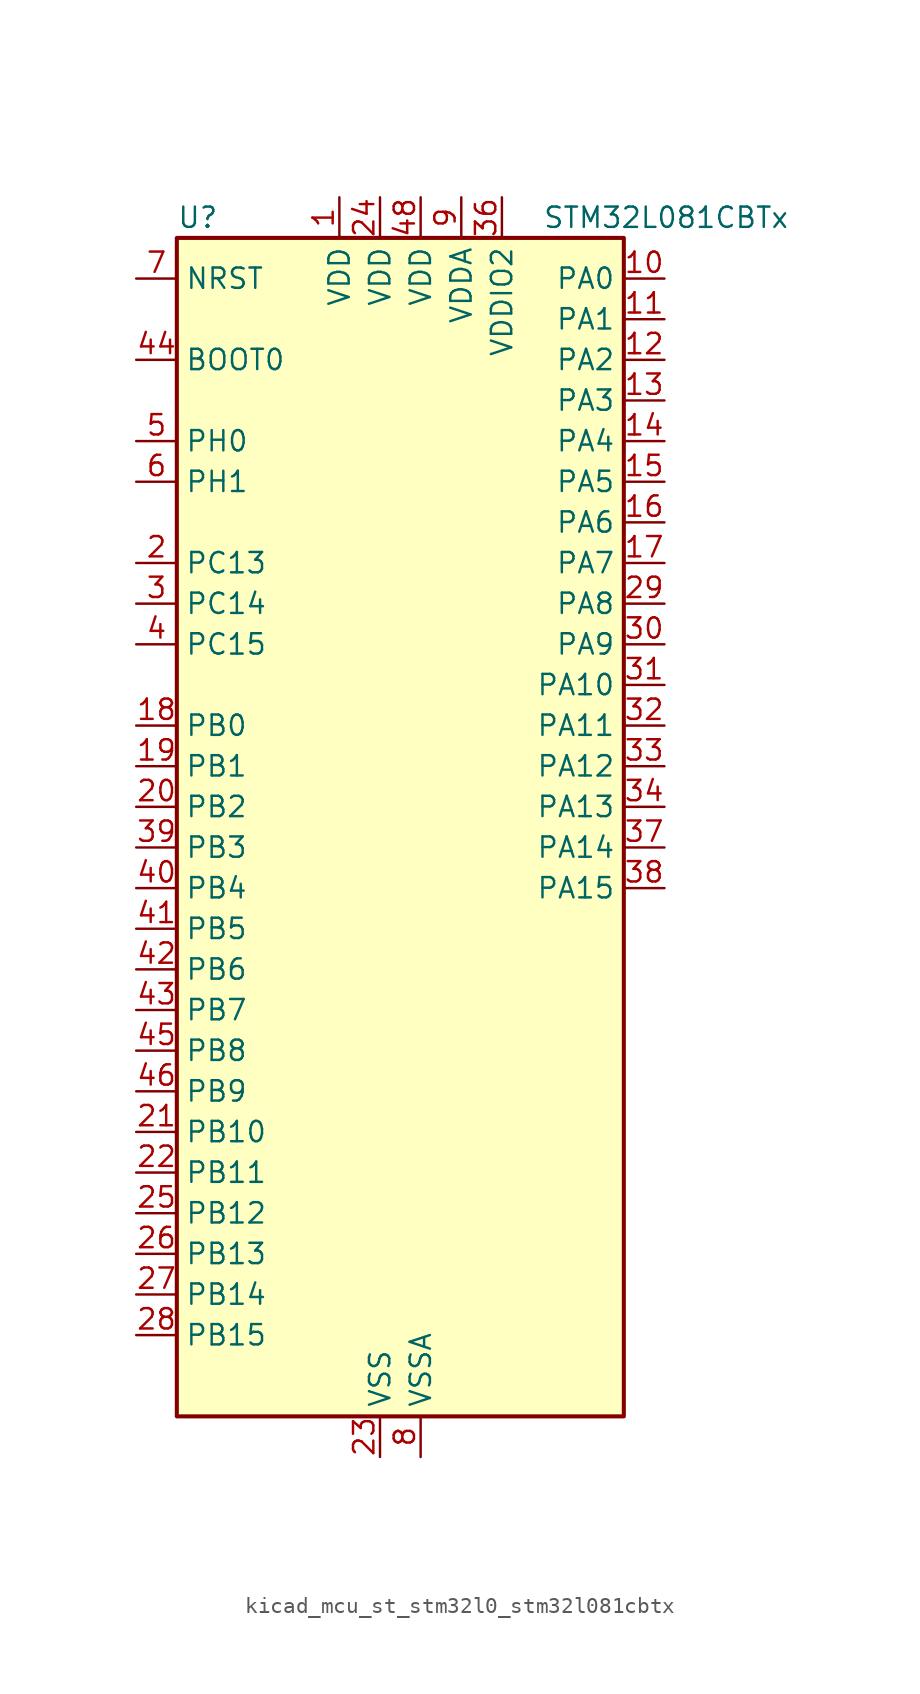
<source format=kicad_sym>
(kicad_symbol_lib
  (version 20220914)
  (generator kicad_symbol_editor)
  (symbol "kicad_mcu_st_stm32l0_stm32l081cbtx"
    (property "Reference" "U"
      (at -12.7 39.37 0)
      (effects (font (size 1.27 1.27)) (justify left)))
    (property "Value" "STM32L081CBTx"
      (at 10.16 39.37 0)
      (effects (font (size 1.27 1.27)) (justify left)))
    (property "ki_locked" ""
      (at 0 0 0)
      (effects (font (size 1.27 1.27))))
    (symbol "kicad_mcu_st_stm32l0_stm32l081cbtx_0_1"
      (rectangle (start -12.7 -35.56) (end 15.24 38.1) (stroke (width 0.254) (type default)) (fill (type background))))
    (symbol "kicad_mcu_st_stm32l0_stm32l081cbtx_1_1"
      (pin power_in line (at -2.54 40.64 270) (length 2.54) (name "VDD" (effects (font (size 1.27 1.27)))) (number "1" (effects (font (size 1.27 1.27)))))
      (pin bidirectional line (at 17.78 35.56 180) (length 2.54) (name "PA0" (effects (font (size 1.27 1.27)))) (number "10" (effects (font (size 1.27 1.27)))) (alternate "ADC_IN0" bidirectional line) (alternate "COMP1_INM" bidirectional line) (alternate "COMP1_OUT" bidirectional line) (alternate "RTC_TAMP2" bidirectional line) (alternate "SYS_WKUP1" bidirectional line) (alternate "TIM2_CH1" bidirectional line) (alternate "TIM2_ETR" bidirectional line) (alternate "USART2_CTS" bidirectional line) (alternate "USART4_TX" bidirectional line))
      (pin bidirectional line (at 17.78 33.02 180) (length 2.54) (name "PA1" (effects (font (size 1.27 1.27)))) (number "11" (effects (font (size 1.27 1.27)))) (alternate "ADC_IN1" bidirectional line) (alternate "COMP1_INP" bidirectional line) (alternate "TIM21_ETR" bidirectional line) (alternate "TIM2_CH2" bidirectional line) (alternate "USART2_DE" bidirectional line) (alternate "USART2_RTS" bidirectional line) (alternate "USART4_RX" bidirectional line))
      (pin bidirectional line (at 17.78 30.48 180) (length 2.54) (name "PA2" (effects (font (size 1.27 1.27)))) (number "12" (effects (font (size 1.27 1.27)))) (alternate "ADC_IN2" bidirectional line) (alternate "COMP2_INM" bidirectional line) (alternate "COMP2_OUT" bidirectional line) (alternate "LPUART1_TX" bidirectional line) (alternate "TIM21_CH1" bidirectional line) (alternate "TIM2_CH3" bidirectional line) (alternate "USART2_TX" bidirectional line))
      (pin bidirectional line (at 17.78 27.94 180) (length 2.54) (name "PA3" (effects (font (size 1.27 1.27)))) (number "13" (effects (font (size 1.27 1.27)))) (alternate "ADC_IN3" bidirectional line) (alternate "COMP2_INP" bidirectional line) (alternate "LPUART1_RX" bidirectional line) (alternate "TIM21_CH2" bidirectional line) (alternate "TIM2_CH4" bidirectional line) (alternate "USART2_RX" bidirectional line))
      (pin bidirectional line (at 17.78 25.4 180) (length 2.54) (name "PA4" (effects (font (size 1.27 1.27)))) (number "14" (effects (font (size 1.27 1.27)))) (alternate "ADC_IN4" bidirectional line) (alternate "COMP1_INM" bidirectional line) (alternate "COMP2_INM" bidirectional line) (alternate "SPI1_NSS" bidirectional line) (alternate "TIM22_ETR" bidirectional line) (alternate "USART2_CK" bidirectional line))
      (pin bidirectional line (at 17.78 22.86 180) (length 2.54) (name "PA5" (effects (font (size 1.27 1.27)))) (number "15" (effects (font (size 1.27 1.27)))) (alternate "ADC_IN5" bidirectional line) (alternate "COMP1_INM" bidirectional line) (alternate "COMP2_INM" bidirectional line) (alternate "SPI1_SCK" bidirectional line) (alternate "TIM2_CH1" bidirectional line) (alternate "TIM2_ETR" bidirectional line))
      (pin bidirectional line (at 17.78 20.32 180) (length 2.54) (name "PA6" (effects (font (size 1.27 1.27)))) (number "16" (effects (font (size 1.27 1.27)))) (alternate "ADC_IN6" bidirectional line) (alternate "COMP1_OUT" bidirectional line) (alternate "LPUART1_CTS" bidirectional line) (alternate "SPI1_MISO" bidirectional line) (alternate "TIM22_CH1" bidirectional line) (alternate "TIM3_CH1" bidirectional line))
      (pin bidirectional line (at 17.78 17.78 180) (length 2.54) (name "PA7" (effects (font (size 1.27 1.27)))) (number "17" (effects (font (size 1.27 1.27)))) (alternate "ADC_IN7" bidirectional line) (alternate "COMP2_OUT" bidirectional line) (alternate "SPI1_MOSI" bidirectional line) (alternate "TIM22_CH2" bidirectional line) (alternate "TIM3_CH2" bidirectional line))
      (pin bidirectional line (at -15.24 7.62 0) (length 2.54) (name "PB0" (effects (font (size 1.27 1.27)))) (number "18" (effects (font (size 1.27 1.27)))) (alternate "ADC_IN8" bidirectional line) (alternate "SYS_VREF_OUT_PB0" bidirectional line) (alternate "TIM3_CH3" bidirectional line))
      (pin bidirectional line (at -15.24 5.08 0) (length 2.54) (name "PB1" (effects (font (size 1.27 1.27)))) (number "19" (effects (font (size 1.27 1.27)))) (alternate "ADC_IN9" bidirectional line) (alternate "LPUART1_DE" bidirectional line) (alternate "LPUART1_RTS" bidirectional line) (alternate "SYS_VREF_OUT_PB1" bidirectional line) (alternate "TIM3_CH4" bidirectional line))
      (pin bidirectional line (at -15.24 17.78 0) (length 2.54) (name "PC13" (effects (font (size 1.27 1.27)))) (number "2" (effects (font (size 1.27 1.27)))) (alternate "RTC_OUT_ALARM" bidirectional line) (alternate "RTC_OUT_CALIB" bidirectional line) (alternate "RTC_TAMP1" bidirectional line) (alternate "RTC_TS" bidirectional line) (alternate "SYS_WKUP2" bidirectional line))
      (pin bidirectional line (at -15.24 2.54 0) (length 2.54) (name "PB2" (effects (font (size 1.27 1.27)))) (number "20" (effects (font (size 1.27 1.27)))) (alternate "I2C3_SMBA" bidirectional line) (alternate "LPTIM1_OUT" bidirectional line))
      (pin bidirectional line (at -15.24 -17.78 0) (length 2.54) (name "PB10" (effects (font (size 1.27 1.27)))) (number "21" (effects (font (size 1.27 1.27)))) (alternate "I2C2_SCL" bidirectional line) (alternate "LPUART1_RX" bidirectional line) (alternate "LPUART1_TX" bidirectional line) (alternate "SPI2_SCK" bidirectional line) (alternate "TIM2_CH3" bidirectional line))
      (pin bidirectional line (at -15.24 -20.32 0) (length 2.54) (name "PB11" (effects (font (size 1.27 1.27)))) (number "22" (effects (font (size 1.27 1.27)))) (alternate "ADC_EXTI11" bidirectional line) (alternate "I2C2_SDA" bidirectional line) (alternate "LPUART1_RX" bidirectional line) (alternate "LPUART1_TX" bidirectional line) (alternate "TIM2_CH4" bidirectional line))
      (pin power_in line (at 0 -38.1 90) (length 2.54) (name "VSS" (effects (font (size 1.27 1.27)))) (number "23" (effects (font (size 1.27 1.27)))))
      (pin power_in line (at 0 40.64 270) (length 2.54) (name "VDD" (effects (font (size 1.27 1.27)))) (number "24" (effects (font (size 1.27 1.27)))))
      (pin bidirectional line (at -15.24 -22.86 0) (length 2.54) (name "PB12" (effects (font (size 1.27 1.27)))) (number "25" (effects (font (size 1.27 1.27)))) (alternate "I2S2_WS" bidirectional line) (alternate "LPUART1_DE" bidirectional line) (alternate "LPUART1_RTS" bidirectional line) (alternate "SPI2_NSS" bidirectional line))
      (pin bidirectional line (at -15.24 -25.4 0) (length 2.54) (name "PB13" (effects (font (size 1.27 1.27)))) (number "26" (effects (font (size 1.27 1.27)))) (alternate "I2C2_SCL" bidirectional line) (alternate "I2S2_CK" bidirectional line) (alternate "LPUART1_CTS" bidirectional line) (alternate "RCC_MCO" bidirectional line) (alternate "SPI2_SCK" bidirectional line) (alternate "TIM21_CH1" bidirectional line))
      (pin bidirectional line (at -15.24 -27.94 0) (length 2.54) (name "PB14" (effects (font (size 1.27 1.27)))) (number "27" (effects (font (size 1.27 1.27)))) (alternate "I2C2_SDA" bidirectional line) (alternate "I2S2_MCK" bidirectional line) (alternate "LPUART1_DE" bidirectional line) (alternate "LPUART1_RTS" bidirectional line) (alternate "RTC_OUT_ALARM" bidirectional line) (alternate "RTC_OUT_CALIB" bidirectional line) (alternate "SPI2_MISO" bidirectional line) (alternate "TIM21_CH2" bidirectional line))
      (pin bidirectional line (at -15.24 -30.48 0) (length 2.54) (name "PB15" (effects (font (size 1.27 1.27)))) (number "28" (effects (font (size 1.27 1.27)))) (alternate "I2S2_SD" bidirectional line) (alternate "RTC_REFIN" bidirectional line) (alternate "SPI2_MOSI" bidirectional line))
      (pin bidirectional line (at 17.78 15.24 180) (length 2.54) (name "PA8" (effects (font (size 1.27 1.27)))) (number "29" (effects (font (size 1.27 1.27)))) (alternate "I2C3_SCL" bidirectional line) (alternate "RCC_MCO" bidirectional line) (alternate "USART1_CK" bidirectional line))
      (pin bidirectional line (at -15.24 15.24 0) (length 2.54) (name "PC14" (effects (font (size 1.27 1.27)))) (number "3" (effects (font (size 1.27 1.27)))) (alternate "RCC_OSC32_IN" bidirectional line))
      (pin bidirectional line (at 17.78 12.7 180) (length 2.54) (name "PA9" (effects (font (size 1.27 1.27)))) (number "30" (effects (font (size 1.27 1.27)))) (alternate "I2C1_SCL" bidirectional line) (alternate "I2C3_SMBA" bidirectional line) (alternate "RCC_MCO" bidirectional line) (alternate "USART1_TX" bidirectional line))
      (pin bidirectional line (at 17.78 10.16 180) (length 2.54) (name "PA10" (effects (font (size 1.27 1.27)))) (number "31" (effects (font (size 1.27 1.27)))) (alternate "I2C1_SDA" bidirectional line) (alternate "USART1_RX" bidirectional line))
      (pin bidirectional line (at 17.78 7.62 180) (length 2.54) (name "PA11" (effects (font (size 1.27 1.27)))) (number "32" (effects (font (size 1.27 1.27)))) (alternate "ADC_EXTI11" bidirectional line) (alternate "COMP1_OUT" bidirectional line) (alternate "SPI1_MISO" bidirectional line) (alternate "USART1_CTS" bidirectional line))
      (pin bidirectional line (at 17.78 5.08 180) (length 2.54) (name "PA12" (effects (font (size 1.27 1.27)))) (number "33" (effects (font (size 1.27 1.27)))) (alternate "COMP2_OUT" bidirectional line) (alternate "SPI1_MOSI" bidirectional line) (alternate "USART1_DE" bidirectional line) (alternate "USART1_RTS" bidirectional line))
      (pin bidirectional line (at 17.78 2.54 180) (length 2.54) (name "PA13" (effects (font (size 1.27 1.27)))) (number "34" (effects (font (size 1.27 1.27)))) (alternate "LPUART1_RX" bidirectional line) (alternate "SYS_SWDIO" bidirectional line))
      (pin passive line (at 0 -38.1 90) (length 2.54) hide (name "VSS" (effects (font (size 1.27 1.27)))) (number "35" (effects (font (size 1.27 1.27)))))
      (pin power_in line (at 7.62 40.64 270) (length 2.54) (name "VDDIO2" (effects (font (size 1.27 1.27)))) (number "36" (effects (font (size 1.27 1.27)))))
      (pin bidirectional line (at 17.78 0 180) (length 2.54) (name "PA14" (effects (font (size 1.27 1.27)))) (number "37" (effects (font (size 1.27 1.27)))) (alternate "LPUART1_TX" bidirectional line) (alternate "SYS_SWCLK" bidirectional line) (alternate "USART2_TX" bidirectional line))
      (pin bidirectional line (at 17.78 -2.54 180) (length 2.54) (name "PA15" (effects (font (size 1.27 1.27)))) (number "38" (effects (font (size 1.27 1.27)))) (alternate "SPI1_NSS" bidirectional line) (alternate "TIM2_CH1" bidirectional line) (alternate "TIM2_ETR" bidirectional line) (alternate "USART2_RX" bidirectional line) (alternate "USART4_DE" bidirectional line) (alternate "USART4_RTS" bidirectional line))
      (pin bidirectional line (at -15.24 0 0) (length 2.54) (name "PB3" (effects (font (size 1.27 1.27)))) (number "39" (effects (font (size 1.27 1.27)))) (alternate "COMP2_INM" bidirectional line) (alternate "SPI1_SCK" bidirectional line) (alternate "TIM2_CH2" bidirectional line) (alternate "USART1_DE" bidirectional line) (alternate "USART1_RTS" bidirectional line) (alternate "USART5_TX" bidirectional line))
      (pin bidirectional line (at -15.24 12.7 0) (length 2.54) (name "PC15" (effects (font (size 1.27 1.27)))) (number "4" (effects (font (size 1.27 1.27)))) (alternate "RCC_OSC32_OUT" bidirectional line))
      (pin bidirectional line (at -15.24 -2.54 0) (length 2.54) (name "PB4" (effects (font (size 1.27 1.27)))) (number "40" (effects (font (size 1.27 1.27)))) (alternate "COMP2_INP" bidirectional line) (alternate "I2C3_SDA" bidirectional line) (alternate "SPI1_MISO" bidirectional line) (alternate "TIM22_CH1" bidirectional line) (alternate "TIM3_CH1" bidirectional line) (alternate "USART1_CTS" bidirectional line) (alternate "USART5_RX" bidirectional line))
      (pin bidirectional line (at -15.24 -5.08 0) (length 2.54) (name "PB5" (effects (font (size 1.27 1.27)))) (number "41" (effects (font (size 1.27 1.27)))) (alternate "COMP2_INP" bidirectional line) (alternate "I2C1_SMBA" bidirectional line) (alternate "LPTIM1_IN1" bidirectional line) (alternate "SPI1_MOSI" bidirectional line) (alternate "TIM22_CH2" bidirectional line) (alternate "TIM3_CH2" bidirectional line) (alternate "USART1_CK" bidirectional line) (alternate "USART5_CK" bidirectional line) (alternate "USART5_DE" bidirectional line) (alternate "USART5_RTS" bidirectional line))
      (pin bidirectional line (at -15.24 -7.62 0) (length 2.54) (name "PB6" (effects (font (size 1.27 1.27)))) (number "42" (effects (font (size 1.27 1.27)))) (alternate "COMP2_INP" bidirectional line) (alternate "I2C1_SCL" bidirectional line) (alternate "LPTIM1_ETR" bidirectional line) (alternate "USART1_TX" bidirectional line))
      (pin bidirectional line (at -15.24 -10.16 0) (length 2.54) (name "PB7" (effects (font (size 1.27 1.27)))) (number "43" (effects (font (size 1.27 1.27)))) (alternate "COMP2_INP" bidirectional line) (alternate "I2C1_SDA" bidirectional line) (alternate "LPTIM1_IN2" bidirectional line) (alternate "SYS_PVD_IN" bidirectional line) (alternate "USART1_RX" bidirectional line) (alternate "USART4_CTS" bidirectional line))
      (pin input line (at -15.24 30.48 0) (length 2.54) (name "BOOT0" (effects (font (size 1.27 1.27)))) (number "44" (effects (font (size 1.27 1.27)))))
      (pin bidirectional line (at -15.24 -12.7 0) (length 2.54) (name "PB8" (effects (font (size 1.27 1.27)))) (number "45" (effects (font (size 1.27 1.27)))) (alternate "I2C1_SCL" bidirectional line))
      (pin bidirectional line (at -15.24 -15.24 0) (length 2.54) (name "PB9" (effects (font (size 1.27 1.27)))) (number "46" (effects (font (size 1.27 1.27)))) (alternate "I2C1_SDA" bidirectional line) (alternate "I2S2_WS" bidirectional line) (alternate "SPI2_NSS" bidirectional line))
      (pin passive line (at 0 -38.1 90) (length 2.54) hide (name "VSS" (effects (font (size 1.27 1.27)))) (number "47" (effects (font (size 1.27 1.27)))))
      (pin power_in line (at 2.54 40.64 270) (length 2.54) (name "VDD" (effects (font (size 1.27 1.27)))) (number "48" (effects (font (size 1.27 1.27)))))
      (pin bidirectional line (at -15.24 25.4 0) (length 2.54) (name "PH0" (effects (font (size 1.27 1.27)))) (number "5" (effects (font (size 1.27 1.27)))) (alternate "RCC_OSC_IN" bidirectional line))
      (pin bidirectional line (at -15.24 22.86 0) (length 2.54) (name "PH1" (effects (font (size 1.27 1.27)))) (number "6" (effects (font (size 1.27 1.27)))) (alternate "RCC_OSC_OUT" bidirectional line))
      (pin input line (at -15.24 35.56 0) (length 2.54) (name "NRST" (effects (font (size 1.27 1.27)))) (number "7" (effects (font (size 1.27 1.27)))))
      (pin power_in line (at 2.54 -38.1 90) (length 2.54) (name "VSSA" (effects (font (size 1.27 1.27)))) (number "8" (effects (font (size 1.27 1.27)))))
      (pin power_in line (at 5.08 40.64 270) (length 2.54) (name "VDDA" (effects (font (size 1.27 1.27)))) (number "9" (effects (font (size 1.27 1.27))))))))
</source>
